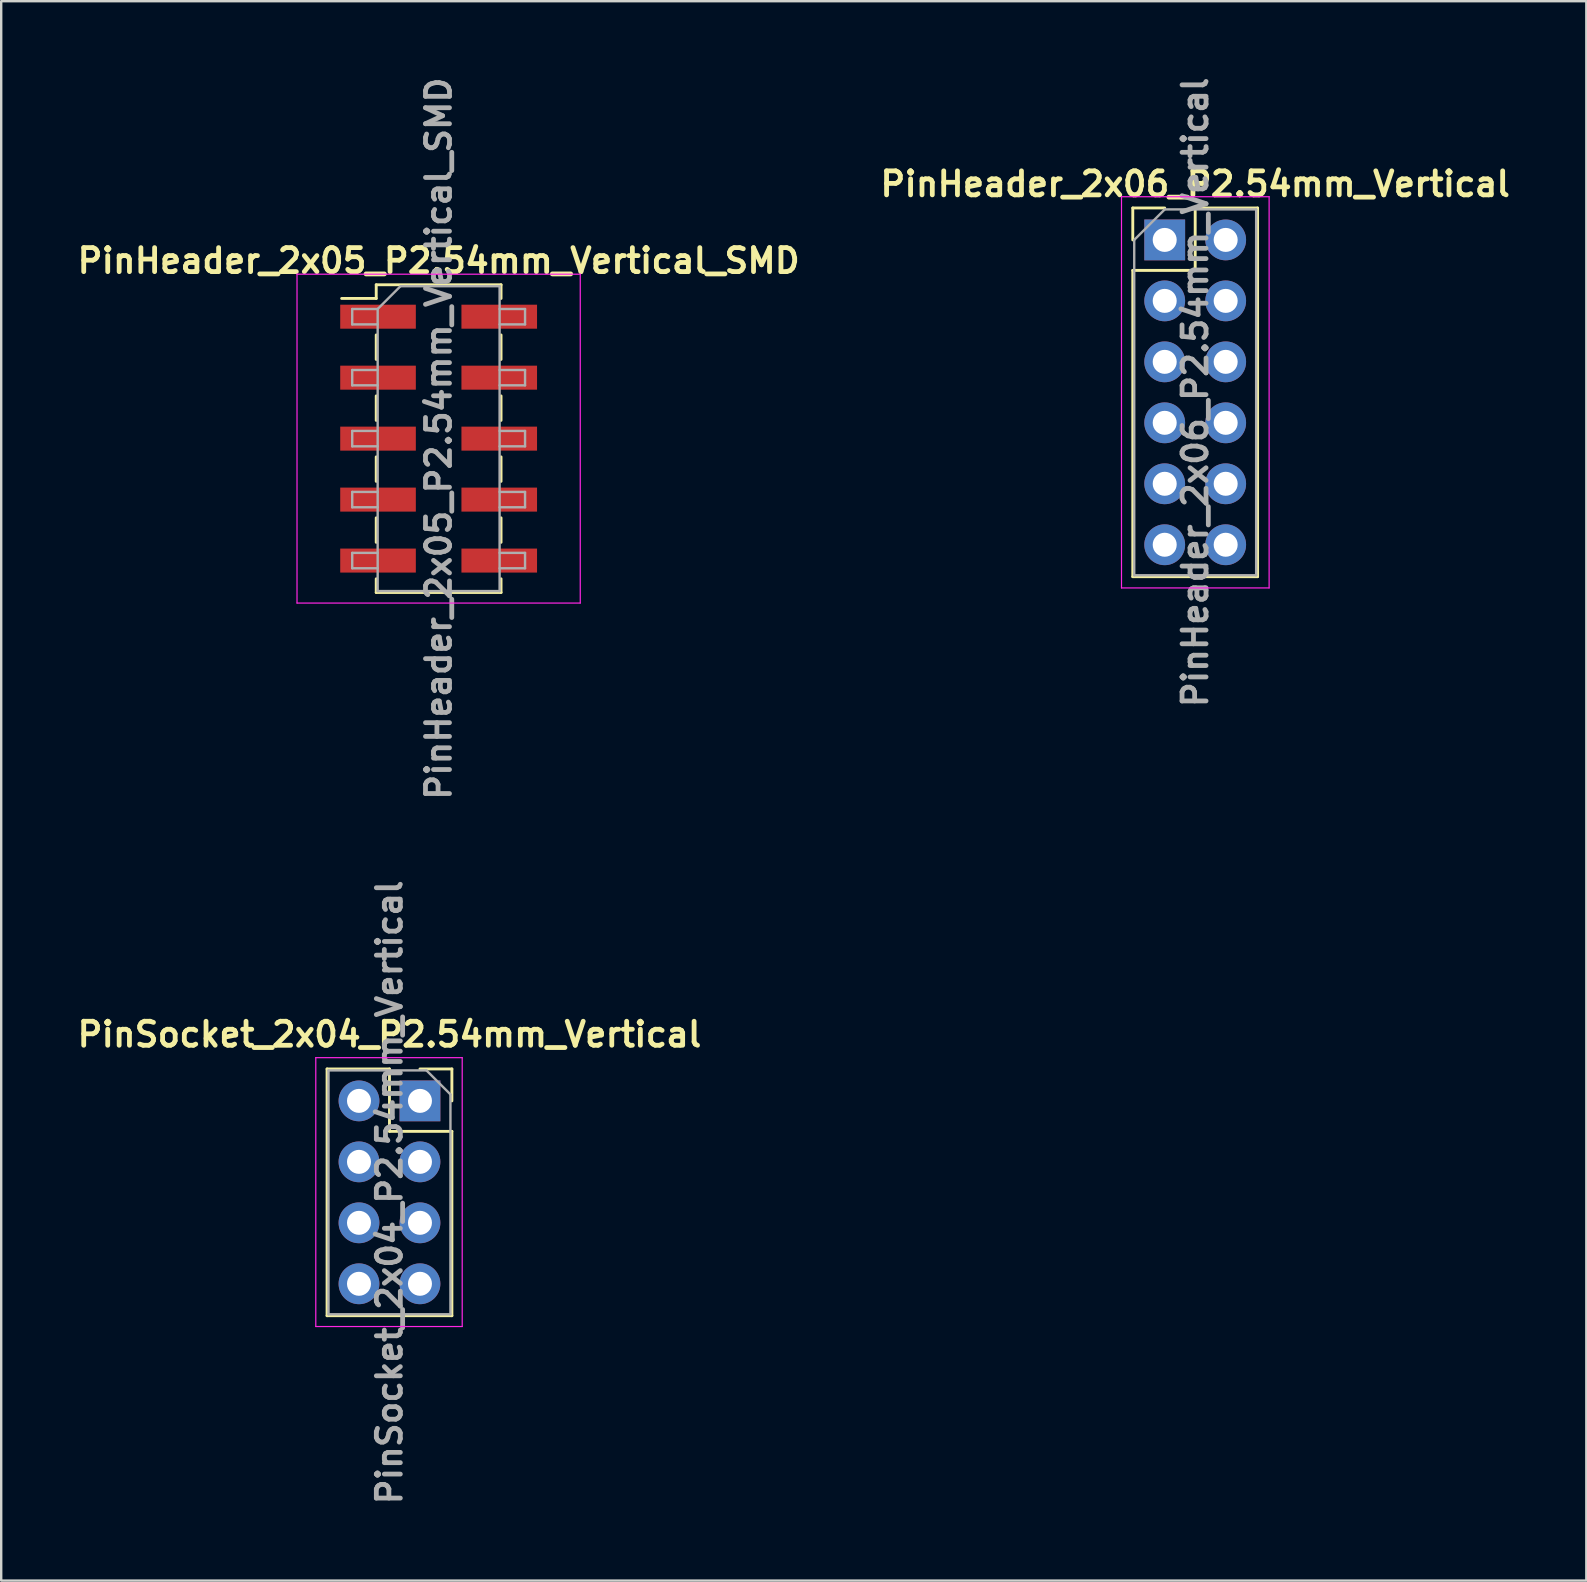
<source format=kicad_pcb>
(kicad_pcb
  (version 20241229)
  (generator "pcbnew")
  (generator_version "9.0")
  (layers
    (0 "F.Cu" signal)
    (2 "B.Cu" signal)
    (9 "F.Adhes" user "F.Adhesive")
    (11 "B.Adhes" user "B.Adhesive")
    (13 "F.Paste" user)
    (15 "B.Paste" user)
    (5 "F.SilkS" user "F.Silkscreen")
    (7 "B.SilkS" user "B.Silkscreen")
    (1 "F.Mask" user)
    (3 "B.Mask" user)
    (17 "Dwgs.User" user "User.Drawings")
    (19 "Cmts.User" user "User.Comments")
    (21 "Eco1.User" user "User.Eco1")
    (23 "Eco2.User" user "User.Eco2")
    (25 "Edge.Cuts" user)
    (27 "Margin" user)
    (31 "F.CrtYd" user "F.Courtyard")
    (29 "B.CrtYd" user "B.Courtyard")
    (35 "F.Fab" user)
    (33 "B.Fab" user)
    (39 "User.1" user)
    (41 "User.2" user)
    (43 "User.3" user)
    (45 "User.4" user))
  (footprint "PinSocket_2x04_P2.54mm_Vertical"
    (layer "F.Cu")
    (at 13.176 46.624)
    (property "Reference" "PinSocket_2x04_P2.54mm_Vertical" (at 0 -6.58 0) (layer "F.SilkS") (effects (font (size 1 1) (thickness 0.2))))
    (attr through_hole)
    (fp_line (start -2.6 -5.14) (end -2.6 5.14) (stroke (width 0.12) (type solid)) (layer "F.SilkS"))
    (fp_line (start -2.6 -5.14) (end 0 -5.14) (stroke (width 0.12) (type solid)) (layer "F.SilkS"))
    (fp_line (start -2.6 5.14) (end 2.6 5.14) (stroke (width 0.12) (type solid)) (layer "F.SilkS"))
    (fp_line (start 0 -5.14) (end 0 -2.54) (stroke (width 0.12) (type solid)) (layer "F.SilkS"))
    (fp_line (start 0 -2.54) (end 2.6 -2.54) (stroke (width 0.12) (type solid)) (layer "F.SilkS"))
    (fp_line (start 1.27 -5.14) (end 2.6 -5.14) (stroke (width 0.12) (type solid)) (layer "F.SilkS"))
    (fp_line (start 2.6 -5.14) (end 2.6 -3.81) (stroke (width 0.12) (type solid)) (layer "F.SilkS"))
    (fp_line (start 2.6 -2.54) (end 2.6 5.14) (stroke (width 0.12) (type solid)) (layer "F.SilkS"))
    (fp_line (start -3.07 -5.61) (end 3.03 -5.61) (stroke (width 0.05) (type solid)) (layer "F.CrtYd"))
    (fp_line (start -3.07 5.59) (end -3.07 -5.61) (stroke (width 0.05) (type solid)) (layer "F.CrtYd"))
    (fp_line (start 3.03 -5.61) (end 3.03 5.59) (stroke (width 0.05) (type solid)) (layer "F.CrtYd"))
    (fp_line (start 3.03 5.59) (end -3.07 5.59) (stroke (width 0.05) (type solid)) (layer "F.CrtYd"))
    (fp_line (start -2.54 -5.08) (end 1.54 -5.08) (stroke (width 0.1) (type solid)) (layer "F.Fab"))
    (fp_line (start -2.54 5.08) (end -2.54 -5.08) (stroke (width 0.1) (type solid)) (layer "F.Fab"))
    (fp_line (start 1.54 -5.08) (end 2.54 -4.08) (stroke (width 0.1) (type solid)) (layer "F.Fab"))
    (fp_line (start 2.54 -4.08) (end 2.54 5.08) (stroke (width 0.1) (type solid)) (layer "F.Fab"))
    (fp_line (start 2.54 5.08) (end -2.54 5.08) (stroke (width 0.1) (type solid)) (layer "F.Fab"))
    (fp_text user "${REFERENCE}" (at 0 0 90) (layer "F.Fab") (effects (font (size 1 1) (thickness 0.2))))
    (pad "1" thru_hole rect (at 1.27 -3.81) (size 1.7 1.7) (drill 1) (layers "*.Cu" "*.Mask"))
    (pad "2" thru_hole oval (at -1.27 -3.81) (size 1.7 1.7) (drill 1) (layers "*.Cu" "*.Mask"))
    (pad "3" thru_hole oval (at 1.27 -1.27) (size 1.7 1.7) (drill 1) (layers "*.Cu" "*.Mask"))
    (pad "4" thru_hole oval (at -1.27 -1.27) (size 1.7 1.7) (drill 1) (layers "*.Cu" "*.Mask"))
    (pad "5" thru_hole oval (at 1.27 1.27) (size 1.7 1.7) (drill 1) (layers "*.Cu" "*.Mask"))
    (pad "6" thru_hole oval (at -1.27 1.27) (size 1.7 1.7) (drill 1) (layers "*.Cu" "*.Mask"))
    (pad "7" thru_hole oval (at 1.27 3.81) (size 1.7 1.7) (drill 1) (layers "*.Cu" "*.Mask"))
    (pad "8" thru_hole oval (at -1.27 3.81) (size 1.7 1.7) (drill 1) (layers "*.Cu" "*.Mask")))
  (footprint "PinHeader_2x05_P2.54mm_Vertical_SMD"
    (layer "F.Cu")
    (at 15.224 15.224)
    (property "Reference" "PinHeader_2x05_P2.54mm_Vertical_SMD" (at 0 -7.41 0) (layer "F.SilkS") (effects (font (size 1 1) (thickness 0.2))))
    (attr smd)
    (fp_line (start -4.04 -5.84) (end -2.6 -5.84) (stroke (width 0.12) (type solid)) (layer "F.SilkS"))
    (fp_line (start -2.6 -6.41) (end -2.6 -5.84) (stroke (width 0.12) (type solid)) (layer "F.SilkS"))
    (fp_line (start -2.6 -6.41) (end 2.6 -6.41) (stroke (width 0.12) (type solid)) (layer "F.SilkS"))
    (fp_line (start -2.6 -4.32) (end -2.6 -3.3) (stroke (width 0.12) (type solid)) (layer "F.SilkS"))
    (fp_line (start -2.6 -1.78) (end -2.6 -0.76) (stroke (width 0.12) (type solid)) (layer "F.SilkS"))
    (fp_line (start -2.6 0.76) (end -2.6 1.78) (stroke (width 0.12) (type solid)) (layer "F.SilkS"))
    (fp_line (start -2.6 3.3) (end -2.6 4.32) (stroke (width 0.12) (type solid)) (layer "F.SilkS"))
    (fp_line (start -2.6 5.84) (end -2.6 6.41) (stroke (width 0.12) (type solid)) (layer "F.SilkS"))
    (fp_line (start -2.6 6.41) (end 2.6 6.41) (stroke (width 0.12) (type solid)) (layer "F.SilkS"))
    (fp_line (start 2.6 -6.41) (end 2.6 -5.84) (stroke (width 0.12) (type solid)) (layer "F.SilkS"))
    (fp_line (start 2.6 -4.32) (end 2.6 -3.3) (stroke (width 0.12) (type solid)) (layer "F.SilkS"))
    (fp_line (start 2.6 -1.78) (end 2.6 -0.76) (stroke (width 0.12) (type solid)) (layer "F.SilkS"))
    (fp_line (start 2.6 0.76) (end 2.6 1.78) (stroke (width 0.12) (type solid)) (layer "F.SilkS"))
    (fp_line (start 2.6 3.3) (end 2.6 4.32) (stroke (width 0.12) (type solid)) (layer "F.SilkS"))
    (fp_line (start 2.6 5.84) (end 2.6 6.41) (stroke (width 0.12) (type solid)) (layer "F.SilkS"))
    (fp_line (start -5.9 -6.85) (end -5.9 6.85) (stroke (width 0.05) (type solid)) (layer "F.CrtYd"))
    (fp_line (start -5.9 6.85) (end 5.9 6.85) (stroke (width 0.05) (type solid)) (layer "F.CrtYd"))
    (fp_line (start 5.9 -6.85) (end -5.9 -6.85) (stroke (width 0.05) (type solid)) (layer "F.CrtYd"))
    (fp_line (start 5.9 6.85) (end 5.9 -6.85) (stroke (width 0.05) (type solid)) (layer "F.CrtYd"))
    (fp_line (start -3.6 -5.4) (end -3.6 -4.76) (stroke (width 0.1) (type solid)) (layer "F.Fab"))
    (fp_line (start -3.6 -4.76) (end -2.54 -4.76) (stroke (width 0.1) (type solid)) (layer "F.Fab"))
    (fp_line (start -3.6 -2.86) (end -3.6 -2.22) (stroke (width 0.1) (type solid)) (layer "F.Fab"))
    (fp_line (start -3.6 -2.22) (end -2.54 -2.22) (stroke (width 0.1) (type solid)) (layer "F.Fab"))
    (fp_line (start -3.6 -0.32) (end -3.6 0.32) (stroke (width 0.1) (type solid)) (layer "F.Fab"))
    (fp_line (start -3.6 0.32) (end -2.54 0.32) (stroke (width 0.1) (type solid)) (layer "F.Fab"))
    (fp_line (start -3.6 2.22) (end -3.6 2.86) (stroke (width 0.1) (type solid)) (layer "F.Fab"))
    (fp_line (start -3.6 2.86) (end -2.54 2.86) (stroke (width 0.1) (type solid)) (layer "F.Fab"))
    (fp_line (start -3.6 4.76) (end -3.6 5.4) (stroke (width 0.1) (type solid)) (layer "F.Fab"))
    (fp_line (start -3.6 5.4) (end -2.54 5.4) (stroke (width 0.1) (type solid)) (layer "F.Fab"))
    (fp_line (start -2.54 -5.4) (end -3.6 -5.4) (stroke (width 0.1) (type solid)) (layer "F.Fab"))
    (fp_line (start -2.54 -5.4) (end -1.59 -6.35) (stroke (width 0.1) (type solid)) (layer "F.Fab"))
    (fp_line (start -2.54 -2.86) (end -3.6 -2.86) (stroke (width 0.1) (type solid)) (layer "F.Fab"))
    (fp_line (start -2.54 -0.32) (end -3.6 -0.32) (stroke (width 0.1) (type solid)) (layer "F.Fab"))
    (fp_line (start -2.54 2.22) (end -3.6 2.22) (stroke (width 0.1) (type solid)) (layer "F.Fab"))
    (fp_line (start -2.54 4.76) (end -3.6 4.76) (stroke (width 0.1) (type solid)) (layer "F.Fab"))
    (fp_line (start -2.54 6.35) (end -2.54 -5.4) (stroke (width 0.1) (type solid)) (layer "F.Fab"))
    (fp_line (start -1.59 -6.35) (end 2.54 -6.35) (stroke (width 0.1) (type solid)) (layer "F.Fab"))
    (fp_line (start 2.54 -6.35) (end 2.54 6.35) (stroke (width 0.1) (type solid)) (layer "F.Fab"))
    (fp_line (start 2.54 -5.4) (end 3.6 -5.4) (stroke (width 0.1) (type solid)) (layer "F.Fab"))
    (fp_line (start 2.54 -2.86) (end 3.6 -2.86) (stroke (width 0.1) (type solid)) (layer "F.Fab"))
    (fp_line (start 2.54 -0.32) (end 3.6 -0.32) (stroke (width 0.1) (type solid)) (layer "F.Fab"))
    (fp_line (start 2.54 2.22) (end 3.6 2.22) (stroke (width 0.1) (type solid)) (layer "F.Fab"))
    (fp_line (start 2.54 4.76) (end 3.6 4.76) (stroke (width 0.1) (type solid)) (layer "F.Fab"))
    (fp_line (start 2.54 6.35) (end -2.54 6.35) (stroke (width 0.1) (type solid)) (layer "F.Fab"))
    (fp_line (start 3.6 -5.4) (end 3.6 -4.76) (stroke (width 0.1) (type solid)) (layer "F.Fab"))
    (fp_line (start 3.6 -4.76) (end 2.54 -4.76) (stroke (width 0.1) (type solid)) (layer "F.Fab"))
    (fp_line (start 3.6 -2.86) (end 3.6 -2.22) (stroke (width 0.1) (type solid)) (layer "F.Fab"))
    (fp_line (start 3.6 -2.22) (end 2.54 -2.22) (stroke (width 0.1) (type solid)) (layer "F.Fab"))
    (fp_line (start 3.6 -0.32) (end 3.6 0.32) (stroke (width 0.1) (type solid)) (layer "F.Fab"))
    (fp_line (start 3.6 0.32) (end 2.54 0.32) (stroke (width 0.1) (type solid)) (layer "F.Fab"))
    (fp_line (start 3.6 2.22) (end 3.6 2.86) (stroke (width 0.1) (type solid)) (layer "F.Fab"))
    (fp_line (start 3.6 2.86) (end 2.54 2.86) (stroke (width 0.1) (type solid)) (layer "F.Fab"))
    (fp_line (start 3.6 4.76) (end 3.6 5.4) (stroke (width 0.1) (type solid)) (layer "F.Fab"))
    (fp_line (start 3.6 5.4) (end 2.54 5.4) (stroke (width 0.1) (type solid)) (layer "F.Fab"))
    (fp_text user "${REFERENCE}" (at 0 0 90) (layer "F.Fab") (effects (font (size 1 1) (thickness 0.2))))
    (pad "1" smd rect (at -2.525 -5.08) (size 3.15 1) (layers "F.Cu" "F.Mask" "F.Paste"))
    (pad "2" smd rect (at 2.525 -5.08) (size 3.15 1) (layers "F.Cu" "F.Mask" "F.Paste"))
    (pad "3" smd rect (at -2.525 -2.54) (size 3.15 1) (layers "F.Cu" "F.Mask" "F.Paste"))
    (pad "4" smd rect (at 2.525 -2.54) (size 3.15 1) (layers "F.Cu" "F.Mask" "F.Paste"))
    (pad "5" smd rect (at -2.525 0) (size 3.15 1) (layers "F.Cu" "F.Mask" "F.Paste"))
    (pad "6" smd rect (at 2.525 0) (size 3.15 1) (layers "F.Cu" "F.Mask" "F.Paste"))
    (pad "7" smd rect (at -2.525 2.54) (size 3.15 1) (layers "F.Cu" "F.Mask" "F.Paste"))
    (pad "8" smd rect (at 2.525 2.54) (size 3.15 1) (layers "F.Cu" "F.Mask" "F.Paste"))
    (pad "9" smd rect (at -2.525 5.08) (size 3.15 1) (layers "F.Cu" "F.Mask" "F.Paste"))
    (pad "10" smd rect (at 2.525 5.08) (size 3.15 1) (layers "F.Cu" "F.Mask" "F.Paste")))
  (footprint "PinHeader_2x06_P2.54mm_Vertical"
    (layer "F.Cu")
    (at 46.743 13.295)
    (property "Reference" "PinHeader_2x06_P2.54mm_Vertical" (at 0 -8.68 0) (layer "F.SilkS") (effects (font (size 1 1) (thickness 0.2))))
    (attr through_hole)
    (fp_line (start -2.6 -7.68) (end -1.27 -7.68) (stroke (width 0.12) (type solid)) (layer "F.SilkS"))
    (fp_line (start -2.6 -6.35) (end -2.6 -7.68) (stroke (width 0.12) (type solid)) (layer "F.SilkS"))
    (fp_line (start -2.6 -5.08) (end -2.6 7.68) (stroke (width 0.12) (type solid)) (layer "F.SilkS"))
    (fp_line (start -2.6 -5.08) (end 0 -5.08) (stroke (width 0.12) (type solid)) (layer "F.SilkS"))
    (fp_line (start -2.6 7.68) (end 2.6 7.68) (stroke (width 0.12) (type solid)) (layer "F.SilkS"))
    (fp_line (start 0 -7.68) (end 2.6 -7.68) (stroke (width 0.12) (type solid)) (layer "F.SilkS"))
    (fp_line (start 0 -5.08) (end 0 -7.68) (stroke (width 0.12) (type solid)) (layer "F.SilkS"))
    (fp_line (start 2.6 -7.68) (end 2.6 7.68) (stroke (width 0.12) (type solid)) (layer "F.SilkS"))
    (fp_line (start -3.07 -8.15) (end -3.07 8.15) (stroke (width 0.05) (type solid)) (layer "F.CrtYd"))
    (fp_line (start -3.07 8.15) (end 3.08 8.15) (stroke (width 0.05) (type solid)) (layer "F.CrtYd"))
    (fp_line (start 3.08 -8.15) (end -3.07 -8.15) (stroke (width 0.05) (type solid)) (layer "F.CrtYd"))
    (fp_line (start 3.08 8.15) (end 3.08 -8.15) (stroke (width 0.05) (type solid)) (layer "F.CrtYd"))
    (fp_line (start -2.54 -6.35) (end -1.27 -7.62) (stroke (width 0.1) (type solid)) (layer "F.Fab"))
    (fp_line (start -2.54 7.62) (end -2.54 -6.35) (stroke (width 0.1) (type solid)) (layer "F.Fab"))
    (fp_line (start -1.27 -7.62) (end 2.54 -7.62) (stroke (width 0.1) (type solid)) (layer "F.Fab"))
    (fp_line (start 2.54 -7.62) (end 2.54 7.62) (stroke (width 0.1) (type solid)) (layer "F.Fab"))
    (fp_line (start 2.54 7.62) (end -2.54 7.62) (stroke (width 0.1) (type solid)) (layer "F.Fab"))
    (fp_text user "${REFERENCE}" (at 0 0 90) (layer "F.Fab") (effects (font (size 1 1) (thickness 0.2))))
    (pad "1" thru_hole rect (at -1.27 -6.35) (size 1.7 1.7) (drill 1) (layers "*.Cu" "*.Mask"))
    (pad "2" thru_hole oval (at 1.27 -6.35) (size 1.7 1.7) (drill 1) (layers "*.Cu" "*.Mask"))
    (pad "3" thru_hole oval (at -1.27 -3.81) (size 1.7 1.7) (drill 1) (layers "*.Cu" "*.Mask"))
    (pad "4" thru_hole oval (at 1.27 -3.81) (size 1.7 1.7) (drill 1) (layers "*.Cu" "*.Mask"))
    (pad "5" thru_hole oval (at -1.27 -1.27) (size 1.7 1.7) (drill 1) (layers "*.Cu" "*.Mask"))
    (pad "6" thru_hole oval (at 1.27 -1.27) (size 1.7 1.7) (drill 1) (layers "*.Cu" "*.Mask"))
    (pad "7" thru_hole oval (at -1.27 1.27) (size 1.7 1.7) (drill 1) (layers "*.Cu" "*.Mask"))
    (pad "8" thru_hole oval (at 1.27 1.27) (size 1.7 1.7) (drill 1) (layers "*.Cu" "*.Mask"))
    (pad "9" thru_hole oval (at -1.27 3.81) (size 1.7 1.7) (drill 1) (layers "*.Cu" "*.Mask"))
    (pad "10" thru_hole oval (at 1.27 3.81) (size 1.7 1.7) (drill 1) (layers "*.Cu" "*.Mask"))
    (pad "11" thru_hole oval (at -1.27 6.35) (size 1.7 1.7) (drill 1) (layers "*.Cu" "*.Mask"))
    (pad "12" thru_hole oval (at 1.27 6.35) (size 1.7 1.7) (drill 1) (layers "*.Cu" "*.Mask")))
  (gr_rect
    (start -3 -3)
    (end 63.038 62.8)
    (stroke (width 0.1) (type default))
    (fill no)
    (layer "Edge.Cuts")))
</source>
